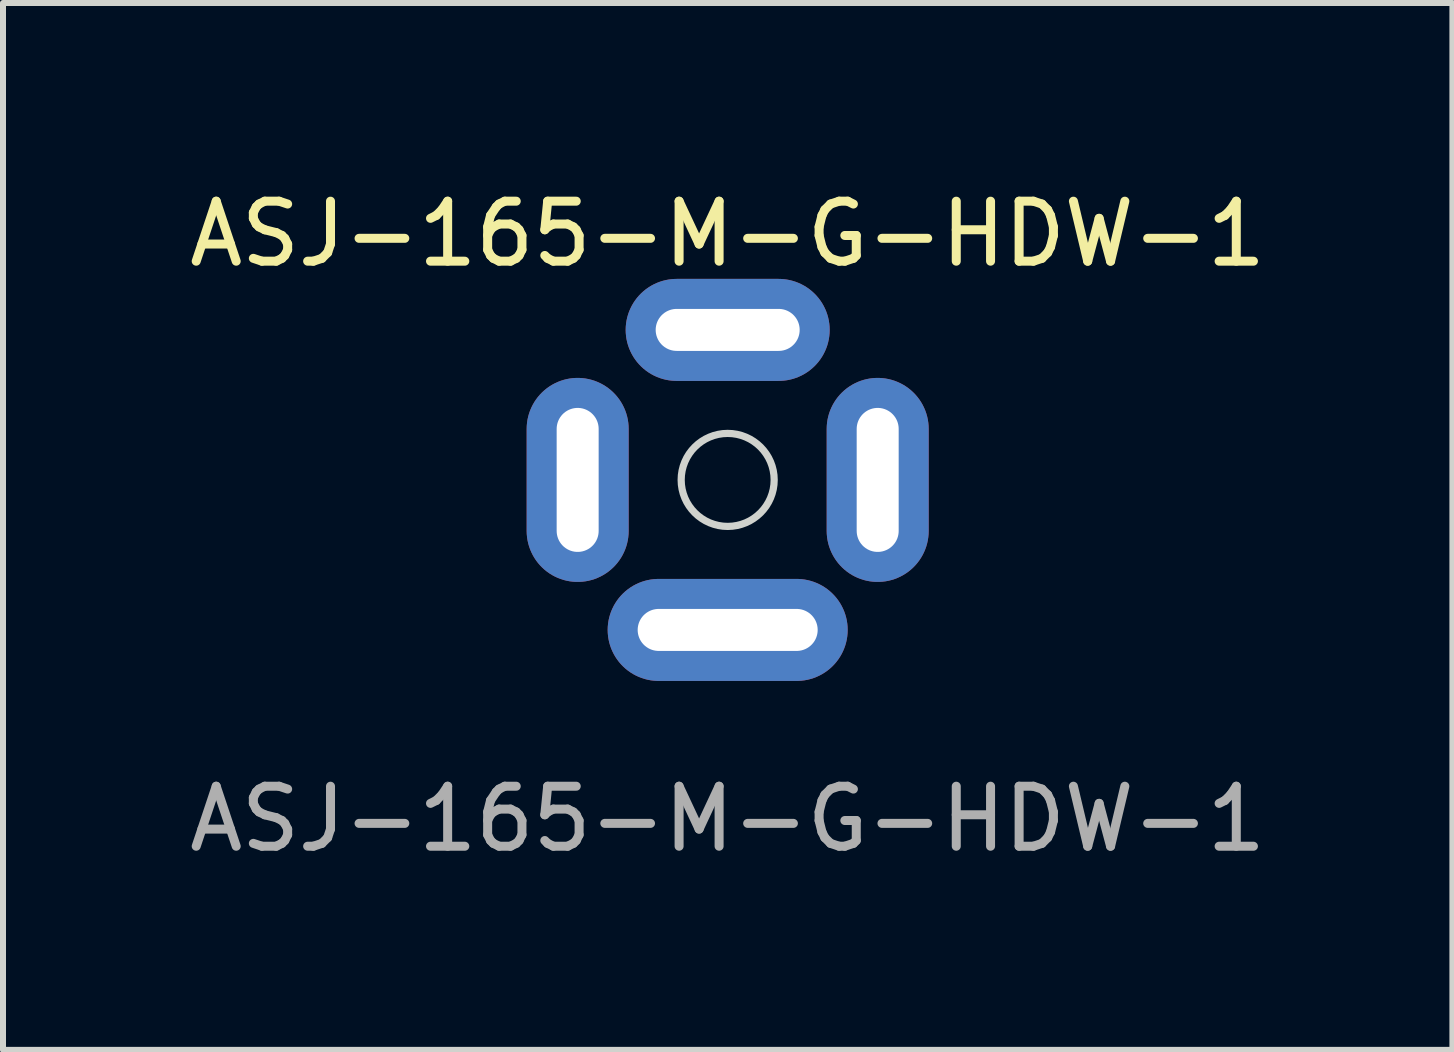
<source format=kicad_pcb>
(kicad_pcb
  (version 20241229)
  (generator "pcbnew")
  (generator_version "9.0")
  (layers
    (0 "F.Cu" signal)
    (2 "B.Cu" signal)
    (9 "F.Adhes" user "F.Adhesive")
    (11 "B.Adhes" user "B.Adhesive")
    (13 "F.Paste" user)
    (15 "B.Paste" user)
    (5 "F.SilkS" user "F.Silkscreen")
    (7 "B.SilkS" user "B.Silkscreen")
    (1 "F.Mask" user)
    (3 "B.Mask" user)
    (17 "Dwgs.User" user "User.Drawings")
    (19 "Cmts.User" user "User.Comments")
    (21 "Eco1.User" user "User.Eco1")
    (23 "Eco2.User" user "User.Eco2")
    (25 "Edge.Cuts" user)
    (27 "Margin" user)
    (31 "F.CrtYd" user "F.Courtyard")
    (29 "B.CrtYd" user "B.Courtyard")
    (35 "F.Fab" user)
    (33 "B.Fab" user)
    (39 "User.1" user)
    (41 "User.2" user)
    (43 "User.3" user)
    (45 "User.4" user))
  (footprint "ASJ-165-M-G-HDW-1"
    (layer "F.Cu")
    (at 9.077 4.948)
    (property "Reference" "ASJ-165-M-G-HDW-1" (at 0 -4.1 0) (unlocked yes) (layer "F.SilkS") (effects (font (size 1 1) (thickness 0.15))))
    (attr through_hole)
    (fp_circle (center 0 0) (end 0.775 0) (stroke (width 0.12) (type solid)) (fill no) (layer "Edge.Cuts"))
    (fp_text user "${REFERENCE}" (at 0 5.65 0) (unlocked yes) (layer "F.Fab") (effects (font (size 1 1) (thickness 0.15))))
    (pad "1" thru_hole oval (at 0 2.5) (size 4 1.7) (drill oval 3 0.7) (layers "*.Cu" "*.Mask"))
    (pad "2" thru_hole oval (at -2.5 0 90) (size 3.4 1.7) (drill oval 2.4 0.7) (layers "*.Cu" "*.Mask"))
    (pad "3" thru_hole oval (at 0 -2.5) (size 3.4 1.7) (drill oval 2.4 0.7) (layers "*.Cu" "*.Mask"))
    (pad "4" thru_hole oval (at 2.5 0 90) (size 3.4 1.7) (drill oval 2.4 0.7) (layers "*.Cu" "*.Mask")))
  (gr_rect
    (start -3 -3)
    (end 21.155 14.447)
    (stroke (width 0.1) (type default))
    (fill no)
    (layer "Edge.Cuts")))
</source>
